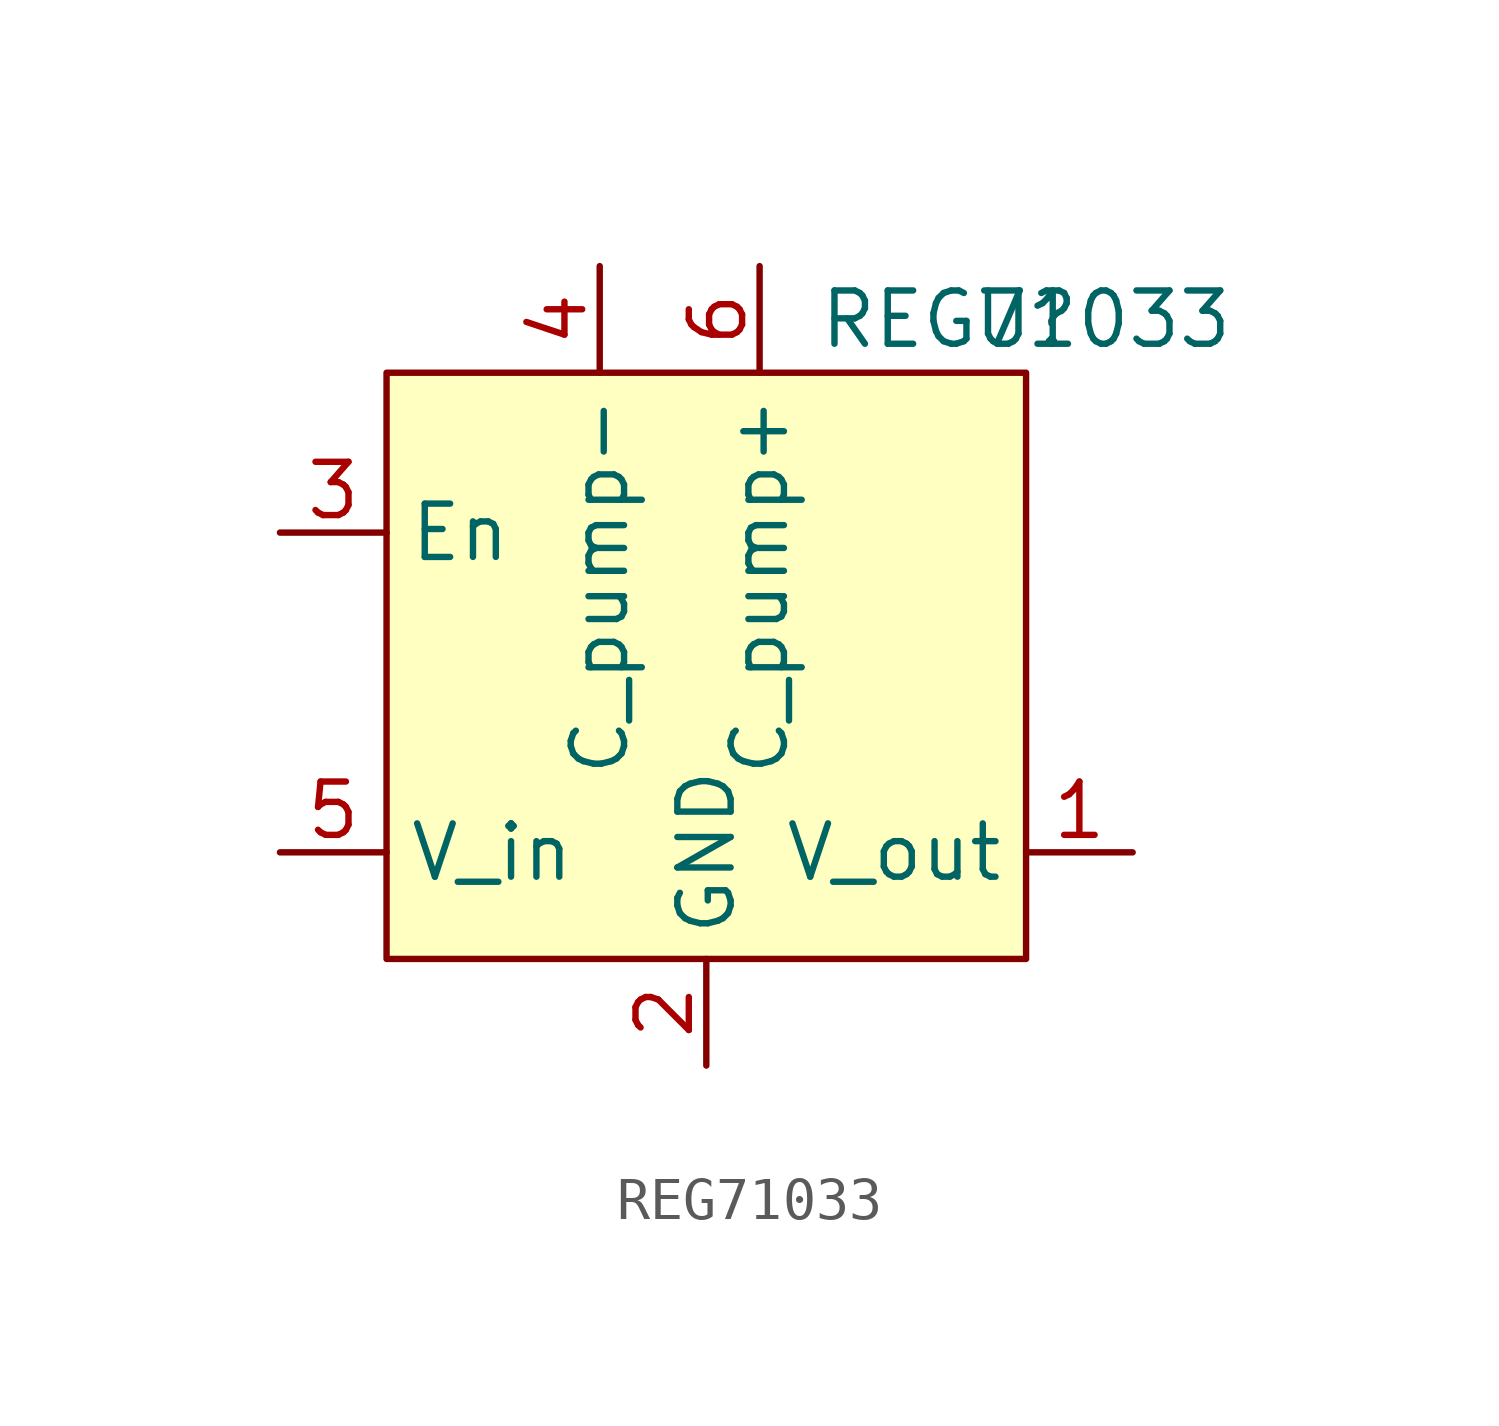
<source format=kicad_sym>
(kicad_symbol_lib
  (version 20211014)
  (generator kicad_symbol_editor)
  (symbol "REG71033"
    (property "Reference" "U"
      (at 7.62 8.89 0)
      (effects (font (size 1.27 1.27))))
    (property "Value" "REG71033"
      (at 7.62 8.89 0)
      (effects (font (size 1.27 1.27))))
    (symbol "REG71033_0_1"
      (rectangle (start 7.62 -6.35) (end -7.62 7.62) (stroke (width 0) (type default) (color 0 0 0 0)) (fill (type background))))
    (symbol "REG71033_1_1"
      (pin input line (at 10.16 -3.81 180) (length 2.54) (name "V_out" (effects (font (size 1.27 1.27)))) (number "1" (effects (font (size 1.27 1.27)))))
      (pin input line (at 0 -8.89 90) (length 2.54) (name "GND" (effects (font (size 1.27 1.27)))) (number "2" (effects (font (size 1.27 1.27)))))
      (pin input line (at -10.16 3.81 0) (length 2.54) (name "En" (effects (font (size 1.27 1.27)))) (number "3" (effects (font (size 1.27 1.27)))))
      (pin input line (at -2.54 10.16 270) (length 2.54) (name "C_pump-" (effects (font (size 1.27 1.27)))) (number "4" (effects (font (size 1.27 1.27)))))
      (pin input line (at -10.16 -3.81 0) (length 2.54) (name "V_in" (effects (font (size 1.27 1.27)))) (number "5" (effects (font (size 1.27 1.27)))))
      (pin input line (at 1.27 10.16 270) (length 2.54) (name "C_pump+" (effects (font (size 1.27 1.27)))) (number "6" (effects (font (size 1.27 1.27))))))))
</source>
